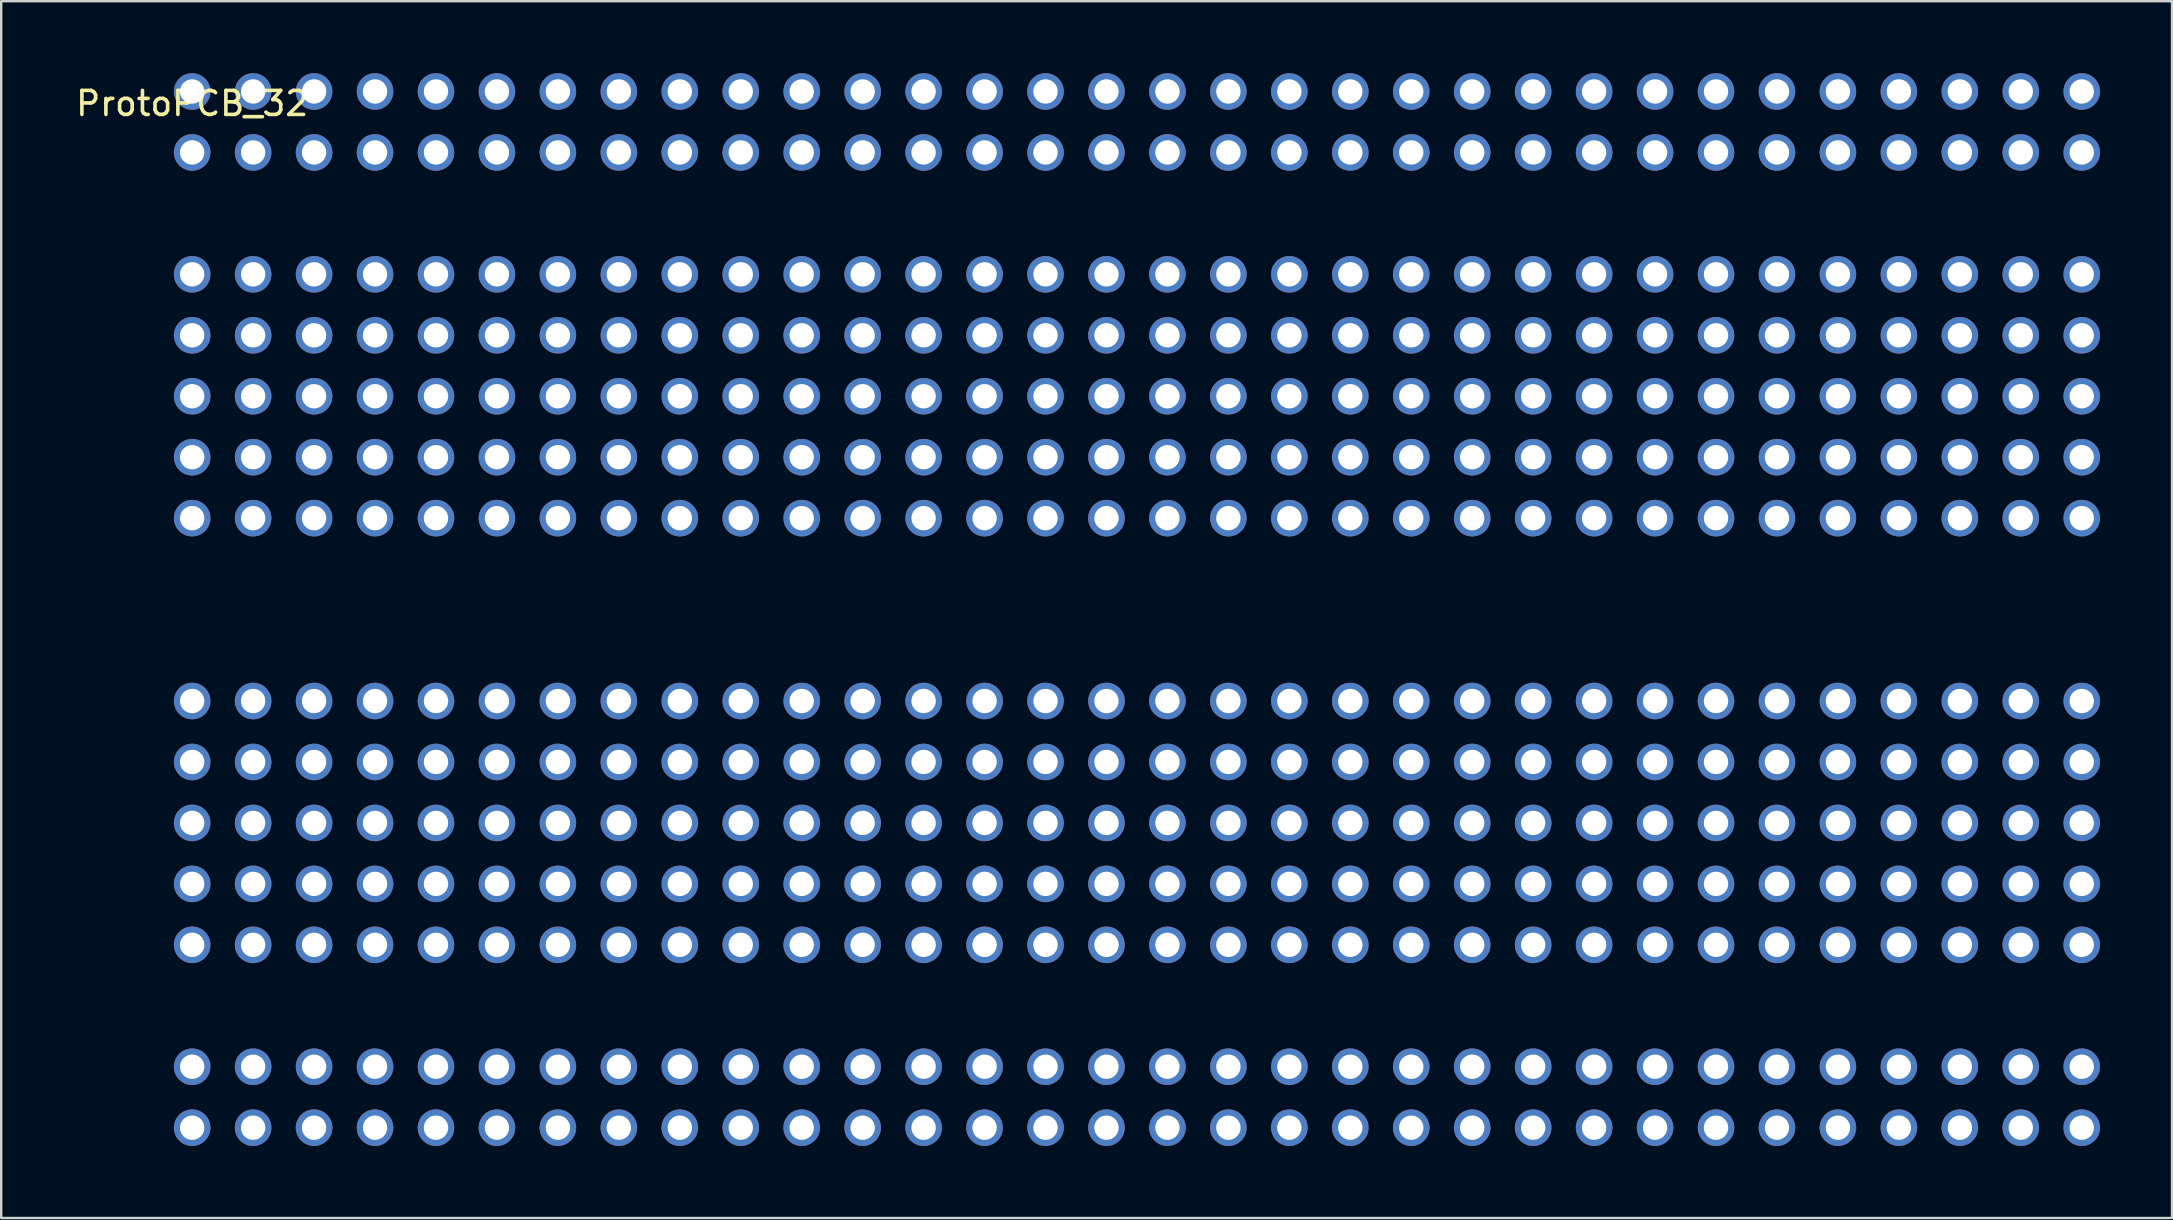
<source format=kicad_pcb>
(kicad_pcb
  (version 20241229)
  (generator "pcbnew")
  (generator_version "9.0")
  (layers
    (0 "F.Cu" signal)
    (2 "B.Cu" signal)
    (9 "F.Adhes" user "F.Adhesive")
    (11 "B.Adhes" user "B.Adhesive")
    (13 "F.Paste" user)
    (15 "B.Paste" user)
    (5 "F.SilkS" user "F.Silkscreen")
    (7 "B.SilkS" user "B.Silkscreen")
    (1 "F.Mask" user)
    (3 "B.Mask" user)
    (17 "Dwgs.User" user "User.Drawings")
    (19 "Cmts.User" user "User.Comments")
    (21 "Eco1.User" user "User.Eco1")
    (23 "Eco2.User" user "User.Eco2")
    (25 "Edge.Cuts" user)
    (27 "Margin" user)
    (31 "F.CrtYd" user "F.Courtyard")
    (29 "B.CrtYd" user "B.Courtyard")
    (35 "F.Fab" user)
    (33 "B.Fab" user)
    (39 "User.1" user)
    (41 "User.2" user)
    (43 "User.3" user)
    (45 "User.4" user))
  (footprint "ProtoPCB_32"
    (layer "F.Cu")
    (at 4.958 0.762)
    (property "Reference" "ProtoPCB_32" (at 0 0.5 0) (layer "F.SilkS") (effects (font (size 1 1) (thickness 0.15))))
    (attr through_hole)
    (pad "1" thru_hole circle (at 0 0) (size 1.524 1.524) (drill 1.016) (layers "*.Cu" "*.Mask"))
    (pad "1" thru_hole circle (at 0 2.54) (size 1.524 1.524) (drill 1.016) (layers "*.Cu" "*.Mask"))
    (pad "1" thru_hole circle (at 0 7.62) (size 1.524 1.524) (drill 1.016) (layers "*.Cu" "*.Mask"))
    (pad "1" thru_hole circle (at 0 10.16) (size 1.524 1.524) (drill 1.016) (layers "*.Cu" "*.Mask"))
    (pad "1" thru_hole circle (at 0 12.7) (size 1.524 1.524) (drill 1.016) (layers "*.Cu" "*.Mask"))
    (pad "1" thru_hole circle (at 0 15.24) (size 1.524 1.524) (drill 1.016) (layers "*.Cu" "*.Mask"))
    (pad "1" thru_hole circle (at 0 17.78) (size 1.524 1.524) (drill 1.016) (layers "*.Cu" "*.Mask"))
    (pad "1" thru_hole circle (at 0 25.4) (size 1.524 1.524) (drill 1.016) (layers "*.Cu" "*.Mask"))
    (pad "1" thru_hole circle (at 0 27.94) (size 1.524 1.524) (drill 1.016) (layers "*.Cu" "*.Mask"))
    (pad "1" thru_hole circle (at 0 30.48) (size 1.524 1.524) (drill 1.016) (layers "*.Cu" "*.Mask"))
    (pad "1" thru_hole circle (at 0 33.02) (size 1.524 1.524) (drill 1.016) (layers "*.Cu" "*.Mask"))
    (pad "1" thru_hole circle (at 0 35.56) (size 1.524 1.524) (drill 1.016) (layers "*.Cu" "*.Mask"))
    (pad "1" thru_hole circle (at 0 40.64) (size 1.524 1.524) (drill 1.016) (layers "*.Cu" "*.Mask"))
    (pad "1" thru_hole circle (at 0 43.18) (size 1.524 1.524) (drill 1.016) (layers "*.Cu" "*.Mask"))
    (pad "1" thru_hole circle (at 2.54 0) (size 1.524 1.524) (drill 1.016) (layers "*.Cu" "*.Mask"))
    (pad "1" thru_hole circle (at 2.54 2.54) (size 1.524 1.524) (drill 1.016) (layers "*.Cu" "*.Mask"))
    (pad "1" thru_hole circle (at 2.54 7.62) (size 1.524 1.524) (drill 1.016) (layers "*.Cu" "*.Mask"))
    (pad "1" thru_hole circle (at 2.54 10.16) (size 1.524 1.524) (drill 1.016) (layers "*.Cu" "*.Mask"))
    (pad "1" thru_hole circle (at 2.54 12.7) (size 1.524 1.524) (drill 1.016) (layers "*.Cu" "*.Mask"))
    (pad "1" thru_hole circle (at 2.54 15.24) (size 1.524 1.524) (drill 1.016) (layers "*.Cu" "*.Mask"))
    (pad "1" thru_hole circle (at 2.54 17.78) (size 1.524 1.524) (drill 1.016) (layers "*.Cu" "*.Mask"))
    (pad "1" thru_hole circle (at 2.54 25.4) (size 1.524 1.524) (drill 1.016) (layers "*.Cu" "*.Mask"))
    (pad "1" thru_hole circle (at 2.54 27.94) (size 1.524 1.524) (drill 1.016) (layers "*.Cu" "*.Mask"))
    (pad "1" thru_hole circle (at 2.54 30.48) (size 1.524 1.524) (drill 1.016) (layers "*.Cu" "*.Mask"))
    (pad "1" thru_hole circle (at 2.54 33.02) (size 1.524 1.524) (drill 1.016) (layers "*.Cu" "*.Mask"))
    (pad "1" thru_hole circle (at 2.54 35.56) (size 1.524 1.524) (drill 1.016) (layers "*.Cu" "*.Mask"))
    (pad "1" thru_hole circle (at 2.54 40.64) (size 1.524 1.524) (drill 1.016) (layers "*.Cu" "*.Mask"))
    (pad "1" thru_hole circle (at 2.54 43.18) (size 1.524 1.524) (drill 1.016) (layers "*.Cu" "*.Mask"))
    (pad "1" thru_hole circle (at 5.08 0) (size 1.524 1.524) (drill 1.016) (layers "*.Cu" "*.Mask"))
    (pad "1" thru_hole circle (at 5.08 2.54) (size 1.524 1.524) (drill 1.016) (layers "*.Cu" "*.Mask"))
    (pad "1" thru_hole circle (at 5.08 7.62) (size 1.524 1.524) (drill 1.016) (layers "*.Cu" "*.Mask"))
    (pad "1" thru_hole circle (at 5.08 10.16) (size 1.524 1.524) (drill 1.016) (layers "*.Cu" "*.Mask"))
    (pad "1" thru_hole circle (at 5.08 12.7) (size 1.524 1.524) (drill 1.016) (layers "*.Cu" "*.Mask"))
    (pad "1" thru_hole circle (at 5.08 15.24) (size 1.524 1.524) (drill 1.016) (layers "*.Cu" "*.Mask"))
    (pad "1" thru_hole circle (at 5.08 17.78) (size 1.524 1.524) (drill 1.016) (layers "*.Cu" "*.Mask"))
    (pad "1" thru_hole circle (at 5.08 25.4) (size 1.524 1.524) (drill 1.016) (layers "*.Cu" "*.Mask"))
    (pad "1" thru_hole circle (at 5.08 27.94) (size 1.524 1.524) (drill 1.016) (layers "*.Cu" "*.Mask"))
    (pad "1" thru_hole circle (at 5.08 30.48) (size 1.524 1.524) (drill 1.016) (layers "*.Cu" "*.Mask"))
    (pad "1" thru_hole circle (at 5.08 33.02) (size 1.524 1.524) (drill 1.016) (layers "*.Cu" "*.Mask"))
    (pad "1" thru_hole circle (at 5.08 35.56) (size 1.524 1.524) (drill 1.016) (layers "*.Cu" "*.Mask"))
    (pad "1" thru_hole circle (at 5.08 40.64) (size 1.524 1.524) (drill 1.016) (layers "*.Cu" "*.Mask"))
    (pad "1" thru_hole circle (at 5.08 43.18) (size 1.524 1.524) (drill 1.016) (layers "*.Cu" "*.Mask"))
    (pad "1" thru_hole circle (at 7.62 0) (size 1.524 1.524) (drill 1.016) (layers "*.Cu" "*.Mask"))
    (pad "1" thru_hole circle (at 7.62 2.54) (size 1.524 1.524) (drill 1.016) (layers "*.Cu" "*.Mask"))
    (pad "1" thru_hole circle (at 7.62 7.62) (size 1.524 1.524) (drill 1.016) (layers "*.Cu" "*.Mask"))
    (pad "1" thru_hole circle (at 7.62 10.16) (size 1.524 1.524) (drill 1.016) (layers "*.Cu" "*.Mask"))
    (pad "1" thru_hole circle (at 7.62 12.7) (size 1.524 1.524) (drill 1.016) (layers "*.Cu" "*.Mask"))
    (pad "1" thru_hole circle (at 7.62 15.24) (size 1.524 1.524) (drill 1.016) (layers "*.Cu" "*.Mask"))
    (pad "1" thru_hole circle (at 7.62 17.78) (size 1.524 1.524) (drill 1.016) (layers "*.Cu" "*.Mask"))
    (pad "1" thru_hole circle (at 7.62 25.4) (size 1.524 1.524) (drill 1.016) (layers "*.Cu" "*.Mask"))
    (pad "1" thru_hole circle (at 7.62 27.94) (size 1.524 1.524) (drill 1.016) (layers "*.Cu" "*.Mask"))
    (pad "1" thru_hole circle (at 7.62 30.48) (size 1.524 1.524) (drill 1.016) (layers "*.Cu" "*.Mask"))
    (pad "1" thru_hole circle (at 7.62 33.02) (size 1.524 1.524) (drill 1.016) (layers "*.Cu" "*.Mask"))
    (pad "1" thru_hole circle (at 7.62 35.56) (size 1.524 1.524) (drill 1.016) (layers "*.Cu" "*.Mask"))
    (pad "1" thru_hole circle (at 7.62 40.64) (size 1.524 1.524) (drill 1.016) (layers "*.Cu" "*.Mask"))
    (pad "1" thru_hole circle (at 7.62 43.18) (size 1.524 1.524) (drill 1.016) (layers "*.Cu" "*.Mask"))
    (pad "1" thru_hole circle (at 10.16 0) (size 1.524 1.524) (drill 1.016) (layers "*.Cu" "*.Mask"))
    (pad "1" thru_hole circle (at 10.16 2.54) (size 1.524 1.524) (drill 1.016) (layers "*.Cu" "*.Mask"))
    (pad "1" thru_hole circle (at 10.16 7.62) (size 1.524 1.524) (drill 1.016) (layers "*.Cu" "*.Mask"))
    (pad "1" thru_hole circle (at 10.16 10.16) (size 1.524 1.524) (drill 1.016) (layers "*.Cu" "*.Mask"))
    (pad "1" thru_hole circle (at 10.16 12.7) (size 1.524 1.524) (drill 1.016) (layers "*.Cu" "*.Mask"))
    (pad "1" thru_hole circle (at 10.16 15.24) (size 1.524 1.524) (drill 1.016) (layers "*.Cu" "*.Mask"))
    (pad "1" thru_hole circle (at 10.16 17.78) (size 1.524 1.524) (drill 1.016) (layers "*.Cu" "*.Mask"))
    (pad "1" thru_hole circle (at 10.16 25.4) (size 1.524 1.524) (drill 1.016) (layers "*.Cu" "*.Mask"))
    (pad "1" thru_hole circle (at 10.16 27.94) (size 1.524 1.524) (drill 1.016) (layers "*.Cu" "*.Mask"))
    (pad "1" thru_hole circle (at 10.16 30.48) (size 1.524 1.524) (drill 1.016) (layers "*.Cu" "*.Mask"))
    (pad "1" thru_hole circle (at 10.16 33.02) (size 1.524 1.524) (drill 1.016) (layers "*.Cu" "*.Mask"))
    (pad "1" thru_hole circle (at 10.16 35.56) (size 1.524 1.524) (drill 1.016) (layers "*.Cu" "*.Mask"))
    (pad "1" thru_hole circle (at 10.16 40.64) (size 1.524 1.524) (drill 1.016) (layers "*.Cu" "*.Mask"))
    (pad "1" thru_hole circle (at 10.16 43.18) (size 1.524 1.524) (drill 1.016) (layers "*.Cu" "*.Mask"))
    (pad "1" thru_hole circle (at 12.7 0) (size 1.524 1.524) (drill 1.016) (layers "*.Cu" "*.Mask"))
    (pad "1" thru_hole circle (at 12.7 2.54) (size 1.524 1.524) (drill 1.016) (layers "*.Cu" "*.Mask"))
    (pad "1" thru_hole circle (at 12.7 7.62) (size 1.524 1.524) (drill 1.016) (layers "*.Cu" "*.Mask"))
    (pad "1" thru_hole circle (at 12.7 10.16) (size 1.524 1.524) (drill 1.016) (layers "*.Cu" "*.Mask"))
    (pad "1" thru_hole circle (at 12.7 12.7) (size 1.524 1.524) (drill 1.016) (layers "*.Cu" "*.Mask"))
    (pad "1" thru_hole circle (at 12.7 15.24) (size 1.524 1.524) (drill 1.016) (layers "*.Cu" "*.Mask"))
    (pad "1" thru_hole circle (at 12.7 17.78) (size 1.524 1.524) (drill 1.016) (layers "*.Cu" "*.Mask"))
    (pad "1" thru_hole circle (at 12.7 25.4) (size 1.524 1.524) (drill 1.016) (layers "*.Cu" "*.Mask"))
    (pad "1" thru_hole circle (at 12.7 27.94) (size 1.524 1.524) (drill 1.016) (layers "*.Cu" "*.Mask"))
    (pad "1" thru_hole circle (at 12.7 30.48) (size 1.524 1.524) (drill 1.016) (layers "*.Cu" "*.Mask"))
    (pad "1" thru_hole circle (at 12.7 33.02) (size 1.524 1.524) (drill 1.016) (layers "*.Cu" "*.Mask"))
    (pad "1" thru_hole circle (at 12.7 35.56) (size 1.524 1.524) (drill 1.016) (layers "*.Cu" "*.Mask"))
    (pad "1" thru_hole circle (at 12.7 40.64) (size 1.524 1.524) (drill 1.016) (layers "*.Cu" "*.Mask"))
    (pad "1" thru_hole circle (at 12.7 43.18) (size 1.524 1.524) (drill 1.016) (layers "*.Cu" "*.Mask"))
    (pad "1" thru_hole circle (at 15.24 0) (size 1.524 1.524) (drill 1.016) (layers "*.Cu" "*.Mask"))
    (pad "1" thru_hole circle (at 15.24 2.54) (size 1.524 1.524) (drill 1.016) (layers "*.Cu" "*.Mask"))
    (pad "1" thru_hole circle (at 15.24 7.62) (size 1.524 1.524) (drill 1.016) (layers "*.Cu" "*.Mask"))
    (pad "1" thru_hole circle (at 15.24 10.16) (size 1.524 1.524) (drill 1.016) (layers "*.Cu" "*.Mask"))
    (pad "1" thru_hole circle (at 15.24 12.7) (size 1.524 1.524) (drill 1.016) (layers "*.Cu" "*.Mask"))
    (pad "1" thru_hole circle (at 15.24 15.24) (size 1.524 1.524) (drill 1.016) (layers "*.Cu" "*.Mask"))
    (pad "1" thru_hole circle (at 15.24 17.78) (size 1.524 1.524) (drill 1.016) (layers "*.Cu" "*.Mask"))
    (pad "1" thru_hole circle (at 15.24 25.4) (size 1.524 1.524) (drill 1.016) (layers "*.Cu" "*.Mask"))
    (pad "1" thru_hole circle (at 15.24 27.94) (size 1.524 1.524) (drill 1.016) (layers "*.Cu" "*.Mask"))
    (pad "1" thru_hole circle (at 15.24 30.48) (size 1.524 1.524) (drill 1.016) (layers "*.Cu" "*.Mask"))
    (pad "1" thru_hole circle (at 15.24 33.02) (size 1.524 1.524) (drill 1.016) (layers "*.Cu" "*.Mask"))
    (pad "1" thru_hole circle (at 15.24 35.56) (size 1.524 1.524) (drill 1.016) (layers "*.Cu" "*.Mask"))
    (pad "1" thru_hole circle (at 15.24 40.64) (size 1.524 1.524) (drill 1.016) (layers "*.Cu" "*.Mask"))
    (pad "1" thru_hole circle (at 15.24 43.18) (size 1.524 1.524) (drill 1.016) (layers "*.Cu" "*.Mask"))
    (pad "1" thru_hole circle (at 17.78 0) (size 1.524 1.524) (drill 1.016) (layers "*.Cu" "*.Mask"))
    (pad "1" thru_hole circle (at 17.78 2.54) (size 1.524 1.524) (drill 1.016) (layers "*.Cu" "*.Mask"))
    (pad "1" thru_hole circle (at 17.78 7.62) (size 1.524 1.524) (drill 1.016) (layers "*.Cu" "*.Mask"))
    (pad "1" thru_hole circle (at 17.78 10.16) (size 1.524 1.524) (drill 1.016) (layers "*.Cu" "*.Mask"))
    (pad "1" thru_hole circle (at 17.78 12.7) (size 1.524 1.524) (drill 1.016) (layers "*.Cu" "*.Mask"))
    (pad "1" thru_hole circle (at 17.78 15.24) (size 1.524 1.524) (drill 1.016) (layers "*.Cu" "*.Mask"))
    (pad "1" thru_hole circle (at 17.78 17.78) (size 1.524 1.524) (drill 1.016) (layers "*.Cu" "*.Mask"))
    (pad "1" thru_hole circle (at 17.78 25.4) (size 1.524 1.524) (drill 1.016) (layers "*.Cu" "*.Mask"))
    (pad "1" thru_hole circle (at 17.78 27.94) (size 1.524 1.524) (drill 1.016) (layers "*.Cu" "*.Mask"))
    (pad "1" thru_hole circle (at 17.78 30.48) (size 1.524 1.524) (drill 1.016) (layers "*.Cu" "*.Mask"))
    (pad "1" thru_hole circle (at 17.78 33.02) (size 1.524 1.524) (drill 1.016) (layers "*.Cu" "*.Mask"))
    (pad "1" thru_hole circle (at 17.78 35.56) (size 1.524 1.524) (drill 1.016) (layers "*.Cu" "*.Mask"))
    (pad "1" thru_hole circle (at 17.78 40.64) (size 1.524 1.524) (drill 1.016) (layers "*.Cu" "*.Mask"))
    (pad "1" thru_hole circle (at 17.78 43.18) (size 1.524 1.524) (drill 1.016) (layers "*.Cu" "*.Mask"))
    (pad "1" thru_hole circle (at 20.32 0) (size 1.524 1.524) (drill 1.016) (layers "*.Cu" "*.Mask"))
    (pad "1" thru_hole circle (at 20.32 2.54) (size 1.524 1.524) (drill 1.016) (layers "*.Cu" "*.Mask"))
    (pad "1" thru_hole circle (at 20.32 7.62) (size 1.524 1.524) (drill 1.016) (layers "*.Cu" "*.Mask"))
    (pad "1" thru_hole circle (at 20.32 10.16) (size 1.524 1.524) (drill 1.016) (layers "*.Cu" "*.Mask"))
    (pad "1" thru_hole circle (at 20.32 12.7) (size 1.524 1.524) (drill 1.016) (layers "*.Cu" "*.Mask"))
    (pad "1" thru_hole circle (at 20.32 15.24) (size 1.524 1.524) (drill 1.016) (layers "*.Cu" "*.Mask"))
    (pad "1" thru_hole circle (at 20.32 17.78) (size 1.524 1.524) (drill 1.016) (layers "*.Cu" "*.Mask"))
    (pad "1" thru_hole circle (at 20.32 25.4) (size 1.524 1.524) (drill 1.016) (layers "*.Cu" "*.Mask"))
    (pad "1" thru_hole circle (at 20.32 27.94) (size 1.524 1.524) (drill 1.016) (layers "*.Cu" "*.Mask"))
    (pad "1" thru_hole circle (at 20.32 30.48) (size 1.524 1.524) (drill 1.016) (layers "*.Cu" "*.Mask"))
    (pad "1" thru_hole circle (at 20.32 33.02) (size 1.524 1.524) (drill 1.016) (layers "*.Cu" "*.Mask"))
    (pad "1" thru_hole circle (at 20.32 35.56) (size 1.524 1.524) (drill 1.016) (layers "*.Cu" "*.Mask"))
    (pad "1" thru_hole circle (at 20.32 40.64) (size 1.524 1.524) (drill 1.016) (layers "*.Cu" "*.Mask"))
    (pad "1" thru_hole circle (at 20.32 43.18) (size 1.524 1.524) (drill 1.016) (layers "*.Cu" "*.Mask"))
    (pad "1" thru_hole circle (at 22.86 0) (size 1.524 1.524) (drill 1.016) (layers "*.Cu" "*.Mask"))
    (pad "1" thru_hole circle (at 22.86 2.54) (size 1.524 1.524) (drill 1.016) (layers "*.Cu" "*.Mask"))
    (pad "1" thru_hole circle (at 22.86 7.62) (size 1.524 1.524) (drill 1.016) (layers "*.Cu" "*.Mask"))
    (pad "1" thru_hole circle (at 22.86 10.16) (size 1.524 1.524) (drill 1.016) (layers "*.Cu" "*.Mask"))
    (pad "1" thru_hole circle (at 22.86 12.7) (size 1.524 1.524) (drill 1.016) (layers "*.Cu" "*.Mask"))
    (pad "1" thru_hole circle (at 22.86 15.24) (size 1.524 1.524) (drill 1.016) (layers "*.Cu" "*.Mask"))
    (pad "1" thru_hole circle (at 22.86 17.78) (size 1.524 1.524) (drill 1.016) (layers "*.Cu" "*.Mask"))
    (pad "1" thru_hole circle (at 22.86 25.4) (size 1.524 1.524) (drill 1.016) (layers "*.Cu" "*.Mask"))
    (pad "1" thru_hole circle (at 22.86 27.94) (size 1.524 1.524) (drill 1.016) (layers "*.Cu" "*.Mask"))
    (pad "1" thru_hole circle (at 22.86 30.48) (size 1.524 1.524) (drill 1.016) (layers "*.Cu" "*.Mask"))
    (pad "1" thru_hole circle (at 22.86 33.02) (size 1.524 1.524) (drill 1.016) (layers "*.Cu" "*.Mask"))
    (pad "1" thru_hole circle (at 22.86 35.56) (size 1.524 1.524) (drill 1.016) (layers "*.Cu" "*.Mask"))
    (pad "1" thru_hole circle (at 22.86 40.64) (size 1.524 1.524) (drill 1.016) (layers "*.Cu" "*.Mask"))
    (pad "1" thru_hole circle (at 22.86 43.18) (size 1.524 1.524) (drill 1.016) (layers "*.Cu" "*.Mask"))
    (pad "1" thru_hole circle (at 25.4 0) (size 1.524 1.524) (drill 1.016) (layers "*.Cu" "*.Mask"))
    (pad "1" thru_hole circle (at 25.4 2.54) (size 1.524 1.524) (drill 1.016) (layers "*.Cu" "*.Mask"))
    (pad "1" thru_hole circle (at 25.4 7.62) (size 1.524 1.524) (drill 1.016) (layers "*.Cu" "*.Mask"))
    (pad "1" thru_hole circle (at 25.4 10.16) (size 1.524 1.524) (drill 1.016) (layers "*.Cu" "*.Mask"))
    (pad "1" thru_hole circle (at 25.4 12.7) (size 1.524 1.524) (drill 1.016) (layers "*.Cu" "*.Mask"))
    (pad "1" thru_hole circle (at 25.4 15.24) (size 1.524 1.524) (drill 1.016) (layers "*.Cu" "*.Mask"))
    (pad "1" thru_hole circle (at 25.4 17.78) (size 1.524 1.524) (drill 1.016) (layers "*.Cu" "*.Mask"))
    (pad "1" thru_hole circle (at 25.4 25.4) (size 1.524 1.524) (drill 1.016) (layers "*.Cu" "*.Mask"))
    (pad "1" thru_hole circle (at 25.4 27.94) (size 1.524 1.524) (drill 1.016) (layers "*.Cu" "*.Mask"))
    (pad "1" thru_hole circle (at 25.4 30.48) (size 1.524 1.524) (drill 1.016) (layers "*.Cu" "*.Mask"))
    (pad "1" thru_hole circle (at 25.4 33.02) (size 1.524 1.524) (drill 1.016) (layers "*.Cu" "*.Mask"))
    (pad "1" thru_hole circle (at 25.4 35.56) (size 1.524 1.524) (drill 1.016) (layers "*.Cu" "*.Mask"))
    (pad "1" thru_hole circle (at 25.4 40.64) (size 1.524 1.524) (drill 1.016) (layers "*.Cu" "*.Mask"))
    (pad "1" thru_hole circle (at 25.4 43.18) (size 1.524 1.524) (drill 1.016) (layers "*.Cu" "*.Mask"))
    (pad "1" thru_hole circle (at 27.94 0) (size 1.524 1.524) (drill 1.016) (layers "*.Cu" "*.Mask"))
    (pad "1" thru_hole circle (at 27.94 2.54) (size 1.524 1.524) (drill 1.016) (layers "*.Cu" "*.Mask"))
    (pad "1" thru_hole circle (at 27.94 7.62) (size 1.524 1.524) (drill 1.016) (layers "*.Cu" "*.Mask"))
    (pad "1" thru_hole circle (at 27.94 10.16) (size 1.524 1.524) (drill 1.016) (layers "*.Cu" "*.Mask"))
    (pad "1" thru_hole circle (at 27.94 12.7) (size 1.524 1.524) (drill 1.016) (layers "*.Cu" "*.Mask"))
    (pad "1" thru_hole circle (at 27.94 15.24) (size 1.524 1.524) (drill 1.016) (layers "*.Cu" "*.Mask"))
    (pad "1" thru_hole circle (at 27.94 17.78) (size 1.524 1.524) (drill 1.016) (layers "*.Cu" "*.Mask"))
    (pad "1" thru_hole circle (at 27.94 25.4) (size 1.524 1.524) (drill 1.016) (layers "*.Cu" "*.Mask"))
    (pad "1" thru_hole circle (at 27.94 27.94) (size 1.524 1.524) (drill 1.016) (layers "*.Cu" "*.Mask"))
    (pad "1" thru_hole circle (at 27.94 30.48) (size 1.524 1.524) (drill 1.016) (layers "*.Cu" "*.Mask"))
    (pad "1" thru_hole circle (at 27.94 33.02) (size 1.524 1.524) (drill 1.016) (layers "*.Cu" "*.Mask"))
    (pad "1" thru_hole circle (at 27.94 35.56) (size 1.524 1.524) (drill 1.016) (layers "*.Cu" "*.Mask"))
    (pad "1" thru_hole circle (at 27.94 40.64) (size 1.524 1.524) (drill 1.016) (layers "*.Cu" "*.Mask"))
    (pad "1" thru_hole circle (at 27.94 43.18) (size 1.524 1.524) (drill 1.016) (layers "*.Cu" "*.Mask"))
    (pad "1" thru_hole circle (at 30.48 0) (size 1.524 1.524) (drill 1.016) (layers "*.Cu" "*.Mask"))
    (pad "1" thru_hole circle (at 30.48 2.54) (size 1.524 1.524) (drill 1.016) (layers "*.Cu" "*.Mask"))
    (pad "1" thru_hole circle (at 30.48 7.62) (size 1.524 1.524) (drill 1.016) (layers "*.Cu" "*.Mask"))
    (pad "1" thru_hole circle (at 30.48 10.16) (size 1.524 1.524) (drill 1.016) (layers "*.Cu" "*.Mask"))
    (pad "1" thru_hole circle (at 30.48 12.7) (size 1.524 1.524) (drill 1.016) (layers "*.Cu" "*.Mask"))
    (pad "1" thru_hole circle (at 30.48 15.24) (size 1.524 1.524) (drill 1.016) (layers "*.Cu" "*.Mask"))
    (pad "1" thru_hole circle (at 30.48 17.78) (size 1.524 1.524) (drill 1.016) (layers "*.Cu" "*.Mask"))
    (pad "1" thru_hole circle (at 30.48 25.4) (size 1.524 1.524) (drill 1.016) (layers "*.Cu" "*.Mask"))
    (pad "1" thru_hole circle (at 30.48 27.94) (size 1.524 1.524) (drill 1.016) (layers "*.Cu" "*.Mask"))
    (pad "1" thru_hole circle (at 30.48 30.48) (size 1.524 1.524) (drill 1.016) (layers "*.Cu" "*.Mask"))
    (pad "1" thru_hole circle (at 30.48 33.02) (size 1.524 1.524) (drill 1.016) (layers "*.Cu" "*.Mask"))
    (pad "1" thru_hole circle (at 30.48 35.56) (size 1.524 1.524) (drill 1.016) (layers "*.Cu" "*.Mask"))
    (pad "1" thru_hole circle (at 30.48 40.64) (size 1.524 1.524) (drill 1.016) (layers "*.Cu" "*.Mask"))
    (pad "1" thru_hole circle (at 30.48 43.18) (size 1.524 1.524) (drill 1.016) (layers "*.Cu" "*.Mask"))
    (pad "1" thru_hole circle (at 33.02 0) (size 1.524 1.524) (drill 1.016) (layers "*.Cu" "*.Mask"))
    (pad "1" thru_hole circle (at 33.02 2.54) (size 1.524 1.524) (drill 1.016) (layers "*.Cu" "*.Mask"))
    (pad "1" thru_hole circle (at 33.02 7.62) (size 1.524 1.524) (drill 1.016) (layers "*.Cu" "*.Mask"))
    (pad "1" thru_hole circle (at 33.02 10.16) (size 1.524 1.524) (drill 1.016) (layers "*.Cu" "*.Mask"))
    (pad "1" thru_hole circle (at 33.02 12.7) (size 1.524 1.524) (drill 1.016) (layers "*.Cu" "*.Mask"))
    (pad "1" thru_hole circle (at 33.02 15.24) (size 1.524 1.524) (drill 1.016) (layers "*.Cu" "*.Mask"))
    (pad "1" thru_hole circle (at 33.02 17.78) (size 1.524 1.524) (drill 1.016) (layers "*.Cu" "*.Mask"))
    (pad "1" thru_hole circle (at 33.02 25.4) (size 1.524 1.524) (drill 1.016) (layers "*.Cu" "*.Mask"))
    (pad "1" thru_hole circle (at 33.02 27.94) (size 1.524 1.524) (drill 1.016) (layers "*.Cu" "*.Mask"))
    (pad "1" thru_hole circle (at 33.02 30.48) (size 1.524 1.524) (drill 1.016) (layers "*.Cu" "*.Mask"))
    (pad "1" thru_hole circle (at 33.02 33.02) (size 1.524 1.524) (drill 1.016) (layers "*.Cu" "*.Mask"))
    (pad "1" thru_hole circle (at 33.02 35.56) (size 1.524 1.524) (drill 1.016) (layers "*.Cu" "*.Mask"))
    (pad "1" thru_hole circle (at 33.02 40.64) (size 1.524 1.524) (drill 1.016) (layers "*.Cu" "*.Mask"))
    (pad "1" thru_hole circle (at 33.02 43.18) (size 1.524 1.524) (drill 1.016) (layers "*.Cu" "*.Mask"))
    (pad "1" thru_hole circle (at 35.56 0) (size 1.524 1.524) (drill 1.016) (layers "*.Cu" "*.Mask"))
    (pad "1" thru_hole circle (at 35.56 2.54) (size 1.524 1.524) (drill 1.016) (layers "*.Cu" "*.Mask"))
    (pad "1" thru_hole circle (at 35.56 7.62) (size 1.524 1.524) (drill 1.016) (layers "*.Cu" "*.Mask"))
    (pad "1" thru_hole circle (at 35.56 10.16) (size 1.524 1.524) (drill 1.016) (layers "*.Cu" "*.Mask"))
    (pad "1" thru_hole circle (at 35.56 12.7) (size 1.524 1.524) (drill 1.016) (layers "*.Cu" "*.Mask"))
    (pad "1" thru_hole circle (at 35.56 15.24) (size 1.524 1.524) (drill 1.016) (layers "*.Cu" "*.Mask"))
    (pad "1" thru_hole circle (at 35.56 17.78) (size 1.524 1.524) (drill 1.016) (layers "*.Cu" "*.Mask"))
    (pad "1" thru_hole circle (at 35.56 25.4) (size 1.524 1.524) (drill 1.016) (layers "*.Cu" "*.Mask"))
    (pad "1" thru_hole circle (at 35.56 27.94) (size 1.524 1.524) (drill 1.016) (layers "*.Cu" "*.Mask"))
    (pad "1" thru_hole circle (at 35.56 30.48) (size 1.524 1.524) (drill 1.016) (layers "*.Cu" "*.Mask"))
    (pad "1" thru_hole circle (at 35.56 33.02) (size 1.524 1.524) (drill 1.016) (layers "*.Cu" "*.Mask"))
    (pad "1" thru_hole circle (at 35.56 35.56) (size 1.524 1.524) (drill 1.016) (layers "*.Cu" "*.Mask"))
    (pad "1" thru_hole circle (at 35.56 40.64) (size 1.524 1.524) (drill 1.016) (layers "*.Cu" "*.Mask"))
    (pad "1" thru_hole circle (at 35.56 43.18) (size 1.524 1.524) (drill 1.016) (layers "*.Cu" "*.Mask"))
    (pad "1" thru_hole circle (at 38.1 0) (size 1.524 1.524) (drill 1.016) (layers "*.Cu" "*.Mask"))
    (pad "1" thru_hole circle (at 38.1 2.54) (size 1.524 1.524) (drill 1.016) (layers "*.Cu" "*.Mask"))
    (pad "1" thru_hole circle (at 38.1 7.62) (size 1.524 1.524) (drill 1.016) (layers "*.Cu" "*.Mask"))
    (pad "1" thru_hole circle (at 38.1 10.16) (size 1.524 1.524) (drill 1.016) (layers "*.Cu" "*.Mask"))
    (pad "1" thru_hole circle (at 38.1 12.7) (size 1.524 1.524) (drill 1.016) (layers "*.Cu" "*.Mask"))
    (pad "1" thru_hole circle (at 38.1 15.24) (size 1.524 1.524) (drill 1.016) (layers "*.Cu" "*.Mask"))
    (pad "1" thru_hole circle (at 38.1 17.78) (size 1.524 1.524) (drill 1.016) (layers "*.Cu" "*.Mask"))
    (pad "1" thru_hole circle (at 38.1 25.4) (size 1.524 1.524) (drill 1.016) (layers "*.Cu" "*.Mask"))
    (pad "1" thru_hole circle (at 38.1 27.94) (size 1.524 1.524) (drill 1.016) (layers "*.Cu" "*.Mask"))
    (pad "1" thru_hole circle (at 38.1 30.48) (size 1.524 1.524) (drill 1.016) (layers "*.Cu" "*.Mask"))
    (pad "1" thru_hole circle (at 38.1 33.02) (size 1.524 1.524) (drill 1.016) (layers "*.Cu" "*.Mask"))
    (pad "1" thru_hole circle (at 38.1 35.56) (size 1.524 1.524) (drill 1.016) (layers "*.Cu" "*.Mask"))
    (pad "1" thru_hole circle (at 38.1 40.64) (size 1.524 1.524) (drill 1.016) (layers "*.Cu" "*.Mask"))
    (pad "1" thru_hole circle (at 38.1 43.18) (size 1.524 1.524) (drill 1.016) (layers "*.Cu" "*.Mask"))
    (pad "1" thru_hole circle (at 40.64 0) (size 1.524 1.524) (drill 1.016) (layers "*.Cu" "*.Mask"))
    (pad "1" thru_hole circle (at 40.64 2.54) (size 1.524 1.524) (drill 1.016) (layers "*.Cu" "*.Mask"))
    (pad "1" thru_hole circle (at 40.64 7.62) (size 1.524 1.524) (drill 1.016) (layers "*.Cu" "*.Mask"))
    (pad "1" thru_hole circle (at 40.64 10.16) (size 1.524 1.524) (drill 1.016) (layers "*.Cu" "*.Mask"))
    (pad "1" thru_hole circle (at 40.64 12.7) (size 1.524 1.524) (drill 1.016) (layers "*.Cu" "*.Mask"))
    (pad "1" thru_hole circle (at 40.64 15.24) (size 1.524 1.524) (drill 1.016) (layers "*.Cu" "*.Mask"))
    (pad "1" thru_hole circle (at 40.64 17.78) (size 1.524 1.524) (drill 1.016) (layers "*.Cu" "*.Mask"))
    (pad "1" thru_hole circle (at 40.64 25.4) (size 1.524 1.524) (drill 1.016) (layers "*.Cu" "*.Mask"))
    (pad "1" thru_hole circle (at 40.64 27.94) (size 1.524 1.524) (drill 1.016) (layers "*.Cu" "*.Mask"))
    (pad "1" thru_hole circle (at 40.64 30.48) (size 1.524 1.524) (drill 1.016) (layers "*.Cu" "*.Mask"))
    (pad "1" thru_hole circle (at 40.64 33.02) (size 1.524 1.524) (drill 1.016) (layers "*.Cu" "*.Mask"))
    (pad "1" thru_hole circle (at 40.64 35.56) (size 1.524 1.524) (drill 1.016) (layers "*.Cu" "*.Mask"))
    (pad "1" thru_hole circle (at 40.64 40.64) (size 1.524 1.524) (drill 1.016) (layers "*.Cu" "*.Mask"))
    (pad "1" thru_hole circle (at 40.64 43.18) (size 1.524 1.524) (drill 1.016) (layers "*.Cu" "*.Mask"))
    (pad "1" thru_hole circle (at 43.18 0) (size 1.524 1.524) (drill 1.016) (layers "*.Cu" "*.Mask"))
    (pad "1" thru_hole circle (at 43.18 2.54) (size 1.524 1.524) (drill 1.016) (layers "*.Cu" "*.Mask"))
    (pad "1" thru_hole circle (at 43.18 7.62) (size 1.524 1.524) (drill 1.016) (layers "*.Cu" "*.Mask"))
    (pad "1" thru_hole circle (at 43.18 10.16) (size 1.524 1.524) (drill 1.016) (layers "*.Cu" "*.Mask"))
    (pad "1" thru_hole circle (at 43.18 12.7) (size 1.524 1.524) (drill 1.016) (layers "*.Cu" "*.Mask"))
    (pad "1" thru_hole circle (at 43.18 15.24) (size 1.524 1.524) (drill 1.016) (layers "*.Cu" "*.Mask"))
    (pad "1" thru_hole circle (at 43.18 17.78) (size 1.524 1.524) (drill 1.016) (layers "*.Cu" "*.Mask"))
    (pad "1" thru_hole circle (at 43.18 25.4) (size 1.524 1.524) (drill 1.016) (layers "*.Cu" "*.Mask"))
    (pad "1" thru_hole circle (at 43.18 27.94) (size 1.524 1.524) (drill 1.016) (layers "*.Cu" "*.Mask"))
    (pad "1" thru_hole circle (at 43.18 30.48) (size 1.524 1.524) (drill 1.016) (layers "*.Cu" "*.Mask"))
    (pad "1" thru_hole circle (at 43.18 33.02) (size 1.524 1.524) (drill 1.016) (layers "*.Cu" "*.Mask"))
    (pad "1" thru_hole circle (at 43.18 35.56) (size 1.524 1.524) (drill 1.016) (layers "*.Cu" "*.Mask"))
    (pad "1" thru_hole circle (at 43.18 40.64) (size 1.524 1.524) (drill 1.016) (layers "*.Cu" "*.Mask"))
    (pad "1" thru_hole circle (at 43.18 43.18) (size 1.524 1.524) (drill 1.016) (layers "*.Cu" "*.Mask"))
    (pad "1" thru_hole circle (at 45.72 0) (size 1.524 1.524) (drill 1.016) (layers "*.Cu" "*.Mask"))
    (pad "1" thru_hole circle (at 45.72 2.54) (size 1.524 1.524) (drill 1.016) (layers "*.Cu" "*.Mask"))
    (pad "1" thru_hole circle (at 45.72 7.62) (size 1.524 1.524) (drill 1.016) (layers "*.Cu" "*.Mask"))
    (pad "1" thru_hole circle (at 45.72 10.16) (size 1.524 1.524) (drill 1.016) (layers "*.Cu" "*.Mask"))
    (pad "1" thru_hole circle (at 45.72 12.7) (size 1.524 1.524) (drill 1.016) (layers "*.Cu" "*.Mask"))
    (pad "1" thru_hole circle (at 45.72 15.24) (size 1.524 1.524) (drill 1.016) (layers "*.Cu" "*.Mask"))
    (pad "1" thru_hole circle (at 45.72 17.78) (size 1.524 1.524) (drill 1.016) (layers "*.Cu" "*.Mask"))
    (pad "1" thru_hole circle (at 45.72 25.4) (size 1.524 1.524) (drill 1.016) (layers "*.Cu" "*.Mask"))
    (pad "1" thru_hole circle (at 45.72 27.94) (size 1.524 1.524) (drill 1.016) (layers "*.Cu" "*.Mask"))
    (pad "1" thru_hole circle (at 45.72 30.48) (size 1.524 1.524) (drill 1.016) (layers "*.Cu" "*.Mask"))
    (pad "1" thru_hole circle (at 45.72 33.02) (size 1.524 1.524) (drill 1.016) (layers "*.Cu" "*.Mask"))
    (pad "1" thru_hole circle (at 45.72 35.56) (size 1.524 1.524) (drill 1.016) (layers "*.Cu" "*.Mask"))
    (pad "1" thru_hole circle (at 45.72 40.64) (size 1.524 1.524) (drill 1.016) (layers "*.Cu" "*.Mask"))
    (pad "1" thru_hole circle (at 45.72 43.18) (size 1.524 1.524) (drill 1.016) (layers "*.Cu" "*.Mask"))
    (pad "1" thru_hole circle (at 48.26 0) (size 1.524 1.524) (drill 1.016) (layers "*.Cu" "*.Mask"))
    (pad "1" thru_hole circle (at 48.26 2.54) (size 1.524 1.524) (drill 1.016) (layers "*.Cu" "*.Mask"))
    (pad "1" thru_hole circle (at 48.26 7.62) (size 1.524 1.524) (drill 1.016) (layers "*.Cu" "*.Mask"))
    (pad "1" thru_hole circle (at 48.26 10.16) (size 1.524 1.524) (drill 1.016) (layers "*.Cu" "*.Mask"))
    (pad "1" thru_hole circle (at 48.26 12.7) (size 1.524 1.524) (drill 1.016) (layers "*.Cu" "*.Mask"))
    (pad "1" thru_hole circle (at 48.26 15.24) (size 1.524 1.524) (drill 1.016) (layers "*.Cu" "*.Mask"))
    (pad "1" thru_hole circle (at 48.26 17.78) (size 1.524 1.524) (drill 1.016) (layers "*.Cu" "*.Mask"))
    (pad "1" thru_hole circle (at 48.26 25.4) (size 1.524 1.524) (drill 1.016) (layers "*.Cu" "*.Mask"))
    (pad "1" thru_hole circle (at 48.26 27.94) (size 1.524 1.524) (drill 1.016) (layers "*.Cu" "*.Mask"))
    (pad "1" thru_hole circle (at 48.26 30.48) (size 1.524 1.524) (drill 1.016) (layers "*.Cu" "*.Mask"))
    (pad "1" thru_hole circle (at 48.26 33.02) (size 1.524 1.524) (drill 1.016) (layers "*.Cu" "*.Mask"))
    (pad "1" thru_hole circle (at 48.26 35.56) (size 1.524 1.524) (drill 1.016) (layers "*.Cu" "*.Mask"))
    (pad "1" thru_hole circle (at 48.26 40.64) (size 1.524 1.524) (drill 1.016) (layers "*.Cu" "*.Mask"))
    (pad "1" thru_hole circle (at 48.26 43.18) (size 1.524 1.524) (drill 1.016) (layers "*.Cu" "*.Mask"))
    (pad "1" thru_hole circle (at 50.8 0) (size 1.524 1.524) (drill 1.016) (layers "*.Cu" "*.Mask"))
    (pad "1" thru_hole circle (at 50.8 2.54) (size 1.524 1.524) (drill 1.016) (layers "*.Cu" "*.Mask"))
    (pad "1" thru_hole circle (at 50.8 7.62) (size 1.524 1.524) (drill 1.016) (layers "*.Cu" "*.Mask"))
    (pad "1" thru_hole circle (at 50.8 10.16) (size 1.524 1.524) (drill 1.016) (layers "*.Cu" "*.Mask"))
    (pad "1" thru_hole circle (at 50.8 12.7) (size 1.524 1.524) (drill 1.016) (layers "*.Cu" "*.Mask"))
    (pad "1" thru_hole circle (at 50.8 15.24) (size 1.524 1.524) (drill 1.016) (layers "*.Cu" "*.Mask"))
    (pad "1" thru_hole circle (at 50.8 17.78) (size 1.524 1.524) (drill 1.016) (layers "*.Cu" "*.Mask"))
    (pad "1" thru_hole circle (at 50.8 25.4) (size 1.524 1.524) (drill 1.016) (layers "*.Cu" "*.Mask"))
    (pad "1" thru_hole circle (at 50.8 27.94) (size 1.524 1.524) (drill 1.016) (layers "*.Cu" "*.Mask"))
    (pad "1" thru_hole circle (at 50.8 30.48) (size 1.524 1.524) (drill 1.016) (layers "*.Cu" "*.Mask"))
    (pad "1" thru_hole circle (at 50.8 33.02) (size 1.524 1.524) (drill 1.016) (layers "*.Cu" "*.Mask"))
    (pad "1" thru_hole circle (at 50.8 35.56) (size 1.524 1.524) (drill 1.016) (layers "*.Cu" "*.Mask"))
    (pad "1" thru_hole circle (at 50.8 40.64) (size 1.524 1.524) (drill 1.016) (layers "*.Cu" "*.Mask"))
    (pad "1" thru_hole circle (at 50.8 43.18) (size 1.524 1.524) (drill 1.016) (layers "*.Cu" "*.Mask"))
    (pad "1" thru_hole circle (at 53.34 0) (size 1.524 1.524) (drill 1.016) (layers "*.Cu" "*.Mask"))
    (pad "1" thru_hole circle (at 53.34 2.54) (size 1.524 1.524) (drill 1.016) (layers "*.Cu" "*.Mask"))
    (pad "1" thru_hole circle (at 53.34 7.62) (size 1.524 1.524) (drill 1.016) (layers "*.Cu" "*.Mask"))
    (pad "1" thru_hole circle (at 53.34 10.16) (size 1.524 1.524) (drill 1.016) (layers "*.Cu" "*.Mask"))
    (pad "1" thru_hole circle (at 53.34 12.7) (size 1.524 1.524) (drill 1.016) (layers "*.Cu" "*.Mask"))
    (pad "1" thru_hole circle (at 53.34 15.24) (size 1.524 1.524) (drill 1.016) (layers "*.Cu" "*.Mask"))
    (pad "1" thru_hole circle (at 53.34 17.78) (size 1.524 1.524) (drill 1.016) (layers "*.Cu" "*.Mask"))
    (pad "1" thru_hole circle (at 53.34 25.4) (size 1.524 1.524) (drill 1.016) (layers "*.Cu" "*.Mask"))
    (pad "1" thru_hole circle (at 53.34 27.94) (size 1.524 1.524) (drill 1.016) (layers "*.Cu" "*.Mask"))
    (pad "1" thru_hole circle (at 53.34 30.48) (size 1.524 1.524) (drill 1.016) (layers "*.Cu" "*.Mask"))
    (pad "1" thru_hole circle (at 53.34 33.02) (size 1.524 1.524) (drill 1.016) (layers "*.Cu" "*.Mask"))
    (pad "1" thru_hole circle (at 53.34 35.56) (size 1.524 1.524) (drill 1.016) (layers "*.Cu" "*.Mask"))
    (pad "1" thru_hole circle (at 53.34 40.64) (size 1.524 1.524) (drill 1.016) (layers "*.Cu" "*.Mask"))
    (pad "1" thru_hole circle (at 53.34 43.18) (size 1.524 1.524) (drill 1.016) (layers "*.Cu" "*.Mask"))
    (pad "1" thru_hole circle (at 55.88 0) (size 1.524 1.524) (drill 1.016) (layers "*.Cu" "*.Mask"))
    (pad "1" thru_hole circle (at 55.88 2.54) (size 1.524 1.524) (drill 1.016) (layers "*.Cu" "*.Mask"))
    (pad "1" thru_hole circle (at 55.88 7.62) (size 1.524 1.524) (drill 1.016) (layers "*.Cu" "*.Mask"))
    (pad "1" thru_hole circle (at 55.88 10.16) (size 1.524 1.524) (drill 1.016) (layers "*.Cu" "*.Mask"))
    (pad "1" thru_hole circle (at 55.88 12.7) (size 1.524 1.524) (drill 1.016) (layers "*.Cu" "*.Mask"))
    (pad "1" thru_hole circle (at 55.88 15.24) (size 1.524 1.524) (drill 1.016) (layers "*.Cu" "*.Mask"))
    (pad "1" thru_hole circle (at 55.88 17.78) (size 1.524 1.524) (drill 1.016) (layers "*.Cu" "*.Mask"))
    (pad "1" thru_hole circle (at 55.88 25.4) (size 1.524 1.524) (drill 1.016) (layers "*.Cu" "*.Mask"))
    (pad "1" thru_hole circle (at 55.88 27.94) (size 1.524 1.524) (drill 1.016) (layers "*.Cu" "*.Mask"))
    (pad "1" thru_hole circle (at 55.88 30.48) (size 1.524 1.524) (drill 1.016) (layers "*.Cu" "*.Mask"))
    (pad "1" thru_hole circle (at 55.88 33.02) (size 1.524 1.524) (drill 1.016) (layers "*.Cu" "*.Mask"))
    (pad "1" thru_hole circle (at 55.88 35.56) (size 1.524 1.524) (drill 1.016) (layers "*.Cu" "*.Mask"))
    (pad "1" thru_hole circle (at 55.88 40.64) (size 1.524 1.524) (drill 1.016) (layers "*.Cu" "*.Mask"))
    (pad "1" thru_hole circle (at 55.88 43.18) (size 1.524 1.524) (drill 1.016) (layers "*.Cu" "*.Mask"))
    (pad "1" thru_hole circle (at 58.42 0) (size 1.524 1.524) (drill 1.016) (layers "*.Cu" "*.Mask"))
    (pad "1" thru_hole circle (at 58.42 2.54) (size 1.524 1.524) (drill 1.016) (layers "*.Cu" "*.Mask"))
    (pad "1" thru_hole circle (at 58.42 7.62) (size 1.524 1.524) (drill 1.016) (layers "*.Cu" "*.Mask"))
    (pad "1" thru_hole circle (at 58.42 10.16) (size 1.524 1.524) (drill 1.016) (layers "*.Cu" "*.Mask"))
    (pad "1" thru_hole circle (at 58.42 12.7) (size 1.524 1.524) (drill 1.016) (layers "*.Cu" "*.Mask"))
    (pad "1" thru_hole circle (at 58.42 15.24) (size 1.524 1.524) (drill 1.016) (layers "*.Cu" "*.Mask"))
    (pad "1" thru_hole circle (at 58.42 17.78) (size 1.524 1.524) (drill 1.016) (layers "*.Cu" "*.Mask"))
    (pad "1" thru_hole circle (at 58.42 25.4) (size 1.524 1.524) (drill 1.016) (layers "*.Cu" "*.Mask"))
    (pad "1" thru_hole circle (at 58.42 27.94) (size 1.524 1.524) (drill 1.016) (layers "*.Cu" "*.Mask"))
    (pad "1" thru_hole circle (at 58.42 30.48) (size 1.524 1.524) (drill 1.016) (layers "*.Cu" "*.Mask"))
    (pad "1" thru_hole circle (at 58.42 33.02) (size 1.524 1.524) (drill 1.016) (layers "*.Cu" "*.Mask"))
    (pad "1" thru_hole circle (at 58.42 35.56) (size 1.524 1.524) (drill 1.016) (layers "*.Cu" "*.Mask"))
    (pad "1" thru_hole circle (at 58.42 40.64) (size 1.524 1.524) (drill 1.016) (layers "*.Cu" "*.Mask"))
    (pad "1" thru_hole circle (at 58.42 43.18) (size 1.524 1.524) (drill 1.016) (layers "*.Cu" "*.Mask"))
    (pad "1" thru_hole circle (at 60.96 0) (size 1.524 1.524) (drill 1.016) (layers "*.Cu" "*.Mask"))
    (pad "1" thru_hole circle (at 60.96 2.54) (size 1.524 1.524) (drill 1.016) (layers "*.Cu" "*.Mask"))
    (pad "1" thru_hole circle (at 60.96 7.62) (size 1.524 1.524) (drill 1.016) (layers "*.Cu" "*.Mask"))
    (pad "1" thru_hole circle (at 60.96 10.16) (size 1.524 1.524) (drill 1.016) (layers "*.Cu" "*.Mask"))
    (pad "1" thru_hole circle (at 60.96 12.7) (size 1.524 1.524) (drill 1.016) (layers "*.Cu" "*.Mask"))
    (pad "1" thru_hole circle (at 60.96 15.24) (size 1.524 1.524) (drill 1.016) (layers "*.Cu" "*.Mask"))
    (pad "1" thru_hole circle (at 60.96 17.78) (size 1.524 1.524) (drill 1.016) (layers "*.Cu" "*.Mask"))
    (pad "1" thru_hole circle (at 60.96 25.4) (size 1.524 1.524) (drill 1.016) (layers "*.Cu" "*.Mask"))
    (pad "1" thru_hole circle (at 60.96 27.94) (size 1.524 1.524) (drill 1.016) (layers "*.Cu" "*.Mask"))
    (pad "1" thru_hole circle (at 60.96 30.48) (size 1.524 1.524) (drill 1.016) (layers "*.Cu" "*.Mask"))
    (pad "1" thru_hole circle (at 60.96 33.02) (size 1.524 1.524) (drill 1.016) (layers "*.Cu" "*.Mask"))
    (pad "1" thru_hole circle (at 60.96 35.56) (size 1.524 1.524) (drill 1.016) (layers "*.Cu" "*.Mask"))
    (pad "1" thru_hole circle (at 60.96 40.64) (size 1.524 1.524) (drill 1.016) (layers "*.Cu" "*.Mask"))
    (pad "1" thru_hole circle (at 60.96 43.18) (size 1.524 1.524) (drill 1.016) (layers "*.Cu" "*.Mask"))
    (pad "1" thru_hole circle (at 63.5 0) (size 1.524 1.524) (drill 1.016) (layers "*.Cu" "*.Mask"))
    (pad "1" thru_hole circle (at 63.5 2.54) (size 1.524 1.524) (drill 1.016) (layers "*.Cu" "*.Mask"))
    (pad "1" thru_hole circle (at 63.5 7.62) (size 1.524 1.524) (drill 1.016) (layers "*.Cu" "*.Mask"))
    (pad "1" thru_hole circle (at 63.5 10.16) (size 1.524 1.524) (drill 1.016) (layers "*.Cu" "*.Mask"))
    (pad "1" thru_hole circle (at 63.5 12.7) (size 1.524 1.524) (drill 1.016) (layers "*.Cu" "*.Mask"))
    (pad "1" thru_hole circle (at 63.5 15.24) (size 1.524 1.524) (drill 1.016) (layers "*.Cu" "*.Mask"))
    (pad "1" thru_hole circle (at 63.5 17.78) (size 1.524 1.524) (drill 1.016) (layers "*.Cu" "*.Mask"))
    (pad "1" thru_hole circle (at 63.5 25.4) (size 1.524 1.524) (drill 1.016) (layers "*.Cu" "*.Mask"))
    (pad "1" thru_hole circle (at 63.5 27.94) (size 1.524 1.524) (drill 1.016) (layers "*.Cu" "*.Mask"))
    (pad "1" thru_hole circle (at 63.5 30.48) (size 1.524 1.524) (drill 1.016) (layers "*.Cu" "*.Mask"))
    (pad "1" thru_hole circle (at 63.5 33.02) (size 1.524 1.524) (drill 1.016) (layers "*.Cu" "*.Mask"))
    (pad "1" thru_hole circle (at 63.5 35.56) (size 1.524 1.524) (drill 1.016) (layers "*.Cu" "*.Mask"))
    (pad "1" thru_hole circle (at 63.5 40.64) (size 1.524 1.524) (drill 1.016) (layers "*.Cu" "*.Mask"))
    (pad "1" thru_hole circle (at 63.5 43.18) (size 1.524 1.524) (drill 1.016) (layers "*.Cu" "*.Mask"))
    (pad "1" thru_hole circle (at 66.04 0) (size 1.524 1.524) (drill 1.016) (layers "*.Cu" "*.Mask"))
    (pad "1" thru_hole circle (at 66.04 2.54) (size 1.524 1.524) (drill 1.016) (layers "*.Cu" "*.Mask"))
    (pad "1" thru_hole circle (at 66.04 7.62) (size 1.524 1.524) (drill 1.016) (layers "*.Cu" "*.Mask"))
    (pad "1" thru_hole circle (at 66.04 10.16) (size 1.524 1.524) (drill 1.016) (layers "*.Cu" "*.Mask"))
    (pad "1" thru_hole circle (at 66.04 12.7) (size 1.524 1.524) (drill 1.016) (layers "*.Cu" "*.Mask"))
    (pad "1" thru_hole circle (at 66.04 15.24) (size 1.524 1.524) (drill 1.016) (layers "*.Cu" "*.Mask"))
    (pad "1" thru_hole circle (at 66.04 17.78) (size 1.524 1.524) (drill 1.016) (layers "*.Cu" "*.Mask"))
    (pad "1" thru_hole circle (at 66.04 25.4) (size 1.524 1.524) (drill 1.016) (layers "*.Cu" "*.Mask"))
    (pad "1" thru_hole circle (at 66.04 27.94) (size 1.524 1.524) (drill 1.016) (layers "*.Cu" "*.Mask"))
    (pad "1" thru_hole circle (at 66.04 30.48) (size 1.524 1.524) (drill 1.016) (layers "*.Cu" "*.Mask"))
    (pad "1" thru_hole circle (at 66.04 33.02) (size 1.524 1.524) (drill 1.016) (layers "*.Cu" "*.Mask"))
    (pad "1" thru_hole circle (at 66.04 35.56) (size 1.524 1.524) (drill 1.016) (layers "*.Cu" "*.Mask"))
    (pad "1" thru_hole circle (at 66.04 40.64) (size 1.524 1.524) (drill 1.016) (layers "*.Cu" "*.Mask"))
    (pad "1" thru_hole circle (at 66.04 43.18) (size 1.524 1.524) (drill 1.016) (layers "*.Cu" "*.Mask"))
    (pad "1" thru_hole circle (at 68.58 0) (size 1.524 1.524) (drill 1.016) (layers "*.Cu" "*.Mask"))
    (pad "1" thru_hole circle (at 68.58 2.54) (size 1.524 1.524) (drill 1.016) (layers "*.Cu" "*.Mask"))
    (pad "1" thru_hole circle (at 68.58 7.62) (size 1.524 1.524) (drill 1.016) (layers "*.Cu" "*.Mask"))
    (pad "1" thru_hole circle (at 68.58 10.16) (size 1.524 1.524) (drill 1.016) (layers "*.Cu" "*.Mask"))
    (pad "1" thru_hole circle (at 68.58 12.7) (size 1.524 1.524) (drill 1.016) (layers "*.Cu" "*.Mask"))
    (pad "1" thru_hole circle (at 68.58 15.24) (size 1.524 1.524) (drill 1.016) (layers "*.Cu" "*.Mask"))
    (pad "1" thru_hole circle (at 68.58 17.78) (size 1.524 1.524) (drill 1.016) (layers "*.Cu" "*.Mask"))
    (pad "1" thru_hole circle (at 68.58 25.4) (size 1.524 1.524) (drill 1.016) (layers "*.Cu" "*.Mask"))
    (pad "1" thru_hole circle (at 68.58 27.94) (size 1.524 1.524) (drill 1.016) (layers "*.Cu" "*.Mask"))
    (pad "1" thru_hole circle (at 68.58 30.48) (size 1.524 1.524) (drill 1.016) (layers "*.Cu" "*.Mask"))
    (pad "1" thru_hole circle (at 68.58 33.02) (size 1.524 1.524) (drill 1.016) (layers "*.Cu" "*.Mask"))
    (pad "1" thru_hole circle (at 68.58 35.56) (size 1.524 1.524) (drill 1.016) (layers "*.Cu" "*.Mask"))
    (pad "1" thru_hole circle (at 68.58 40.64) (size 1.524 1.524) (drill 1.016) (layers "*.Cu" "*.Mask"))
    (pad "1" thru_hole circle (at 68.58 43.18) (size 1.524 1.524) (drill 1.016) (layers "*.Cu" "*.Mask"))
    (pad "1" thru_hole circle (at 71.12 0) (size 1.524 1.524) (drill 1.016) (layers "*.Cu" "*.Mask"))
    (pad "1" thru_hole circle (at 71.12 2.54) (size 1.524 1.524) (drill 1.016) (layers "*.Cu" "*.Mask"))
    (pad "1" thru_hole circle (at 71.12 7.62) (size 1.524 1.524) (drill 1.016) (layers "*.Cu" "*.Mask"))
    (pad "1" thru_hole circle (at 71.12 10.16) (size 1.524 1.524) (drill 1.016) (layers "*.Cu" "*.Mask"))
    (pad "1" thru_hole circle (at 71.12 12.7) (size 1.524 1.524) (drill 1.016) (layers "*.Cu" "*.Mask"))
    (pad "1" thru_hole circle (at 71.12 15.24) (size 1.524 1.524) (drill 1.016) (layers "*.Cu" "*.Mask"))
    (pad "1" thru_hole circle (at 71.12 17.78) (size 1.524 1.524) (drill 1.016) (layers "*.Cu" "*.Mask"))
    (pad "1" thru_hole circle (at 71.12 25.4) (size 1.524 1.524) (drill 1.016) (layers "*.Cu" "*.Mask"))
    (pad "1" thru_hole circle (at 71.12 27.94) (size 1.524 1.524) (drill 1.016) (layers "*.Cu" "*.Mask"))
    (pad "1" thru_hole circle (at 71.12 30.48) (size 1.524 1.524) (drill 1.016) (layers "*.Cu" "*.Mask"))
    (pad "1" thru_hole circle (at 71.12 33.02) (size 1.524 1.524) (drill 1.016) (layers "*.Cu" "*.Mask"))
    (pad "1" thru_hole circle (at 71.12 35.56) (size 1.524 1.524) (drill 1.016) (layers "*.Cu" "*.Mask"))
    (pad "1" thru_hole circle (at 71.12 40.64) (size 1.524 1.524) (drill 1.016) (layers "*.Cu" "*.Mask"))
    (pad "1" thru_hole circle (at 71.12 43.18) (size 1.524 1.524) (drill 1.016) (layers "*.Cu" "*.Mask"))
    (pad "1" thru_hole circle (at 73.66 0) (size 1.524 1.524) (drill 1.016) (layers "*.Cu" "*.Mask"))
    (pad "1" thru_hole circle (at 73.66 2.54) (size 1.524 1.524) (drill 1.016) (layers "*.Cu" "*.Mask"))
    (pad "1" thru_hole circle (at 73.66 7.62) (size 1.524 1.524) (drill 1.016) (layers "*.Cu" "*.Mask"))
    (pad "1" thru_hole circle (at 73.66 10.16) (size 1.524 1.524) (drill 1.016) (layers "*.Cu" "*.Mask"))
    (pad "1" thru_hole circle (at 73.66 12.7) (size 1.524 1.524) (drill 1.016) (layers "*.Cu" "*.Mask"))
    (pad "1" thru_hole circle (at 73.66 15.24) (size 1.524 1.524) (drill 1.016) (layers "*.Cu" "*.Mask"))
    (pad "1" thru_hole circle (at 73.66 17.78) (size 1.524 1.524) (drill 1.016) (layers "*.Cu" "*.Mask"))
    (pad "1" thru_hole circle (at 73.66 25.4) (size 1.524 1.524) (drill 1.016) (layers "*.Cu" "*.Mask"))
    (pad "1" thru_hole circle (at 73.66 27.94) (size 1.524 1.524) (drill 1.016) (layers "*.Cu" "*.Mask"))
    (pad "1" thru_hole circle (at 73.66 30.48) (size 1.524 1.524) (drill 1.016) (layers "*.Cu" "*.Mask"))
    (pad "1" thru_hole circle (at 73.66 33.02) (size 1.524 1.524) (drill 1.016) (layers "*.Cu" "*.Mask"))
    (pad "1" thru_hole circle (at 73.66 35.56) (size 1.524 1.524) (drill 1.016) (layers "*.Cu" "*.Mask"))
    (pad "1" thru_hole circle (at 73.66 40.64) (size 1.524 1.524) (drill 1.016) (layers "*.Cu" "*.Mask"))
    (pad "1" thru_hole circle (at 73.66 43.18) (size 1.524 1.524) (drill 1.016) (layers "*.Cu" "*.Mask"))
    (pad "1" thru_hole circle (at 76.2 0) (size 1.524 1.524) (drill 1.016) (layers "*.Cu" "*.Mask"))
    (pad "1" thru_hole circle (at 76.2 2.54) (size 1.524 1.524) (drill 1.016) (layers "*.Cu" "*.Mask"))
    (pad "1" thru_hole circle (at 76.2 7.62) (size 1.524 1.524) (drill 1.016) (layers "*.Cu" "*.Mask"))
    (pad "1" thru_hole circle (at 76.2 10.16) (size 1.524 1.524) (drill 1.016) (layers "*.Cu" "*.Mask"))
    (pad "1" thru_hole circle (at 76.2 12.7) (size 1.524 1.524) (drill 1.016) (layers "*.Cu" "*.Mask"))
    (pad "1" thru_hole circle (at 76.2 15.24) (size 1.524 1.524) (drill 1.016) (layers "*.Cu" "*.Mask"))
    (pad "1" thru_hole circle (at 76.2 17.78) (size 1.524 1.524) (drill 1.016) (layers "*.Cu" "*.Mask"))
    (pad "1" thru_hole circle (at 76.2 25.4) (size 1.524 1.524) (drill 1.016) (layers "*.Cu" "*.Mask"))
    (pad "1" thru_hole circle (at 76.2 27.94) (size 1.524 1.524) (drill 1.016) (layers "*.Cu" "*.Mask"))
    (pad "1" thru_hole circle (at 76.2 30.48) (size 1.524 1.524) (drill 1.016) (layers "*.Cu" "*.Mask"))
    (pad "1" thru_hole circle (at 76.2 33.02) (size 1.524 1.524) (drill 1.016) (layers "*.Cu" "*.Mask"))
    (pad "1" thru_hole circle (at 76.2 35.56) (size 1.524 1.524) (drill 1.016) (layers "*.Cu" "*.Mask"))
    (pad "1" thru_hole circle (at 76.2 40.64) (size 1.524 1.524) (drill 1.016) (layers "*.Cu" "*.Mask"))
    (pad "1" thru_hole circle (at 76.2 43.18) (size 1.524 1.524) (drill 1.016) (layers "*.Cu" "*.Mask"))
    (pad "1" thru_hole circle (at 78.74 0) (size 1.524 1.524) (drill 1.016) (layers "*.Cu" "*.Mask"))
    (pad "1" thru_hole circle (at 78.74 2.54) (size 1.524 1.524) (drill 1.016) (layers "*.Cu" "*.Mask"))
    (pad "1" thru_hole circle (at 78.74 7.62) (size 1.524 1.524) (drill 1.016) (layers "*.Cu" "*.Mask"))
    (pad "1" thru_hole circle (at 78.74 10.16) (size 1.524 1.524) (drill 1.016) (layers "*.Cu" "*.Mask"))
    (pad "1" thru_hole circle (at 78.74 12.7) (size 1.524 1.524) (drill 1.016) (layers "*.Cu" "*.Mask"))
    (pad "1" thru_hole circle (at 78.74 15.24) (size 1.524 1.524) (drill 1.016) (layers "*.Cu" "*.Mask"))
    (pad "1" thru_hole circle (at 78.74 17.78) (size 1.524 1.524) (drill 1.016) (layers "*.Cu" "*.Mask"))
    (pad "1" thru_hole circle (at 78.74 25.4) (size 1.524 1.524) (drill 1.016) (layers "*.Cu" "*.Mask"))
    (pad "1" thru_hole circle (at 78.74 27.94) (size 1.524 1.524) (drill 1.016) (layers "*.Cu" "*.Mask"))
    (pad "1" thru_hole circle (at 78.74 30.48) (size 1.524 1.524) (drill 1.016) (layers "*.Cu" "*.Mask"))
    (pad "1" thru_hole circle (at 78.74 33.02) (size 1.524 1.524) (drill 1.016) (layers "*.Cu" "*.Mask"))
    (pad "1" thru_hole circle (at 78.74 35.56) (size 1.524 1.524) (drill 1.016) (layers "*.Cu" "*.Mask"))
    (pad "1" thru_hole circle (at 78.74 40.64) (size 1.524 1.524) (drill 1.016) (layers "*.Cu" "*.Mask"))
    (pad "1" thru_hole circle (at 78.74 43.18) (size 1.524 1.524) (drill 1.016) (layers "*.Cu" "*.Mask")))
  (gr_rect
    (start -3 -3)
    (end 87.46 47.704)
    (stroke (width 0.1) (type default))
    (fill no)
    (layer "Edge.Cuts")))
</source>
